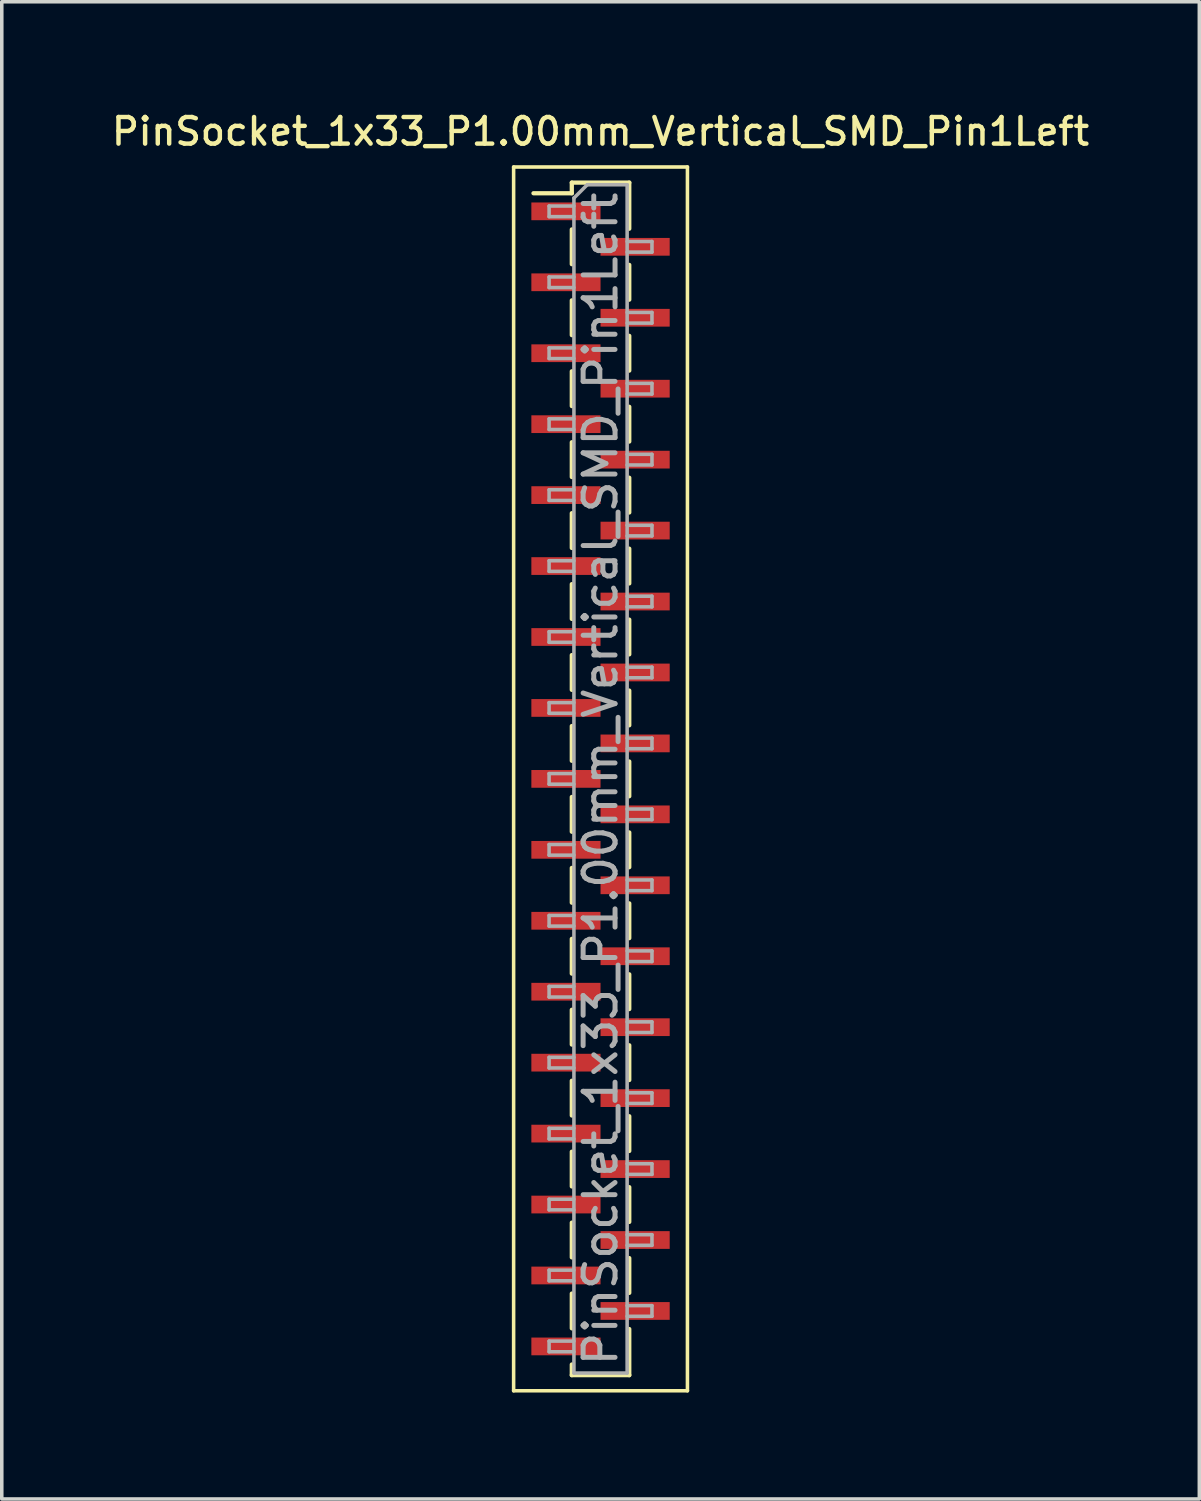
<source format=kicad_pcb>
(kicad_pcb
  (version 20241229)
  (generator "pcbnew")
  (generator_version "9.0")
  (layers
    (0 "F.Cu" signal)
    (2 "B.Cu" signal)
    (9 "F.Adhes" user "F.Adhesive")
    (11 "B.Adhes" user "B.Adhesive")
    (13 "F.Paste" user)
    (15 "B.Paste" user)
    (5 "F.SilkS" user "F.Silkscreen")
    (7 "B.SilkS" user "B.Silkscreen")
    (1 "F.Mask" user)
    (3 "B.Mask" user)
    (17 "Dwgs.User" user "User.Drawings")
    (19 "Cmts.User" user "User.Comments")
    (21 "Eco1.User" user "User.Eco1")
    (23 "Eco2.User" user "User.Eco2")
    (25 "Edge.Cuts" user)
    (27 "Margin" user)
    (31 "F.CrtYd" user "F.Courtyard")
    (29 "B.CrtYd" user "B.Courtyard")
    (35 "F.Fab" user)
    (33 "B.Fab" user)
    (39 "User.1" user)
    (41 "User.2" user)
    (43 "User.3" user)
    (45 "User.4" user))
  (footprint "PinSocket_1x33_P1.00mm_Vertical_SMD_Pin1Left"
    (layer "F.Cu")
    (at 13.88 18.908)
    (property "Reference" "PinSocket_1x33_P1.00mm_Vertical_SMD_Pin1Left" (at 0 -18.25 0) (layer "F.SilkS") (effects (font (size 0.75 0.75) (thickness 0.125))))
    (attr smd)
    (fp_line (start -2.45 -17.25) (end 2.45 -17.25) (stroke (width 0.1) (type solid)) (layer "F.SilkS"))
    (fp_line (start -2.45 17.25) (end -2.45 -17.25) (stroke (width 0.1) (type solid)) (layer "F.SilkS"))
    (fp_line (start -1.89 -16.51) (end -0.81 -16.51) (stroke (width 0.12) (type solid)) (layer "F.SilkS"))
    (fp_line (start -0.81 -16.81) (end -0.81 -16.51) (stroke (width 0.12) (type solid)) (layer "F.SilkS"))
    (fp_line (start -0.81 -16.81) (end 0.81 -16.81) (stroke (width 0.12) (type solid)) (layer "F.SilkS"))
    (fp_line (start -0.81 -15.49) (end -0.81 -14.51) (stroke (width 0.12) (type solid)) (layer "F.SilkS"))
    (fp_line (start -0.81 -13.49) (end -0.81 -12.51) (stroke (width 0.12) (type solid)) (layer "F.SilkS"))
    (fp_line (start -0.81 -11.49) (end -0.81 -10.51) (stroke (width 0.12) (type solid)) (layer "F.SilkS"))
    (fp_line (start -0.81 -9.49) (end -0.81 -8.51) (stroke (width 0.12) (type solid)) (layer "F.SilkS"))
    (fp_line (start -0.81 -7.49) (end -0.81 -6.51) (stroke (width 0.12) (type solid)) (layer "F.SilkS"))
    (fp_line (start -0.81 -5.49) (end -0.81 -4.51) (stroke (width 0.12) (type solid)) (layer "F.SilkS"))
    (fp_line (start -0.81 -3.49) (end -0.81 -2.51) (stroke (width 0.12) (type solid)) (layer "F.SilkS"))
    (fp_line (start -0.81 -1.49) (end -0.81 -0.51) (stroke (width 0.12) (type solid)) (layer "F.SilkS"))
    (fp_line (start -0.81 0.51) (end -0.81 1.49) (stroke (width 0.12) (type solid)) (layer "F.SilkS"))
    (fp_line (start -0.81 2.51) (end -0.81 3.49) (stroke (width 0.12) (type solid)) (layer "F.SilkS"))
    (fp_line (start -0.81 4.51) (end -0.81 5.49) (stroke (width 0.12) (type solid)) (layer "F.SilkS"))
    (fp_line (start -0.81 6.51) (end -0.81 7.49) (stroke (width 0.12) (type solid)) (layer "F.SilkS"))
    (fp_line (start -0.81 8.51) (end -0.81 9.49) (stroke (width 0.12) (type solid)) (layer "F.SilkS"))
    (fp_line (start -0.81 10.51) (end -0.81 11.49) (stroke (width 0.12) (type solid)) (layer "F.SilkS"))
    (fp_line (start -0.81 12.51) (end -0.81 13.49) (stroke (width 0.12) (type solid)) (layer "F.SilkS"))
    (fp_line (start -0.81 14.51) (end -0.81 15.49) (stroke (width 0.12) (type solid)) (layer "F.SilkS"))
    (fp_line (start -0.81 16.51) (end -0.81 16.81) (stroke (width 0.12) (type solid)) (layer "F.SilkS"))
    (fp_line (start -0.81 16.81) (end 0.81 16.81) (stroke (width 0.12) (type solid)) (layer "F.SilkS"))
    (fp_line (start 0.81 -16.81) (end 0.81 -15.51) (stroke (width 0.12) (type solid)) (layer "F.SilkS"))
    (fp_line (start 0.81 -14.49) (end 0.81 -13.51) (stroke (width 0.12) (type solid)) (layer "F.SilkS"))
    (fp_line (start 0.81 -12.49) (end 0.81 -11.51) (stroke (width 0.12) (type solid)) (layer "F.SilkS"))
    (fp_line (start 0.81 -10.49) (end 0.81 -9.51) (stroke (width 0.12) (type solid)) (layer "F.SilkS"))
    (fp_line (start 0.81 -8.49) (end 0.81 -7.51) (stroke (width 0.12) (type solid)) (layer "F.SilkS"))
    (fp_line (start 0.81 -6.49) (end 0.81 -5.51) (stroke (width 0.12) (type solid)) (layer "F.SilkS"))
    (fp_line (start 0.81 -4.49) (end 0.81 -3.51) (stroke (width 0.12) (type solid)) (layer "F.SilkS"))
    (fp_line (start 0.81 -2.49) (end 0.81 -1.51) (stroke (width 0.12) (type solid)) (layer "F.SilkS"))
    (fp_line (start 0.81 -0.49) (end 0.81 0.49) (stroke (width 0.12) (type solid)) (layer "F.SilkS"))
    (fp_line (start 0.81 1.51) (end 0.81 2.49) (stroke (width 0.12) (type solid)) (layer "F.SilkS"))
    (fp_line (start 0.81 3.51) (end 0.81 4.49) (stroke (width 0.12) (type solid)) (layer "F.SilkS"))
    (fp_line (start 0.81 5.51) (end 0.81 6.49) (stroke (width 0.12) (type solid)) (layer "F.SilkS"))
    (fp_line (start 0.81 7.51) (end 0.81 8.49) (stroke (width 0.12) (type solid)) (layer "F.SilkS"))
    (fp_line (start 0.81 9.51) (end 0.81 10.49) (stroke (width 0.12) (type solid)) (layer "F.SilkS"))
    (fp_line (start 0.81 11.51) (end 0.81 12.49) (stroke (width 0.12) (type solid)) (layer "F.SilkS"))
    (fp_line (start 0.81 13.51) (end 0.81 14.49) (stroke (width 0.12) (type solid)) (layer "F.SilkS"))
    (fp_line (start 0.81 15.51) (end 0.81 16.81) (stroke (width 0.12) (type solid)) (layer "F.SilkS"))
    (fp_line (start 2.45 -17.25) (end 2.45 17.25) (stroke (width 0.1) (type solid)) (layer "F.SilkS"))
    (fp_line (start 2.45 17.25) (end -2.45 17.25) (stroke (width 0.1) (type solid)) (layer "F.SilkS"))
    (fp_line (start -1.45 -16.15) (end -0.75 -16.15) (stroke (width 0.1) (type solid)) (layer "F.Fab"))
    (fp_line (start -1.45 -15.85) (end -1.45 -16.15) (stroke (width 0.1) (type solid)) (layer "F.Fab"))
    (fp_line (start -1.45 -14.15) (end -0.75 -14.15) (stroke (width 0.1) (type solid)) (layer "F.Fab"))
    (fp_line (start -1.45 -13.85) (end -1.45 -14.15) (stroke (width 0.1) (type solid)) (layer "F.Fab"))
    (fp_line (start -1.45 -12.15) (end -0.75 -12.15) (stroke (width 0.1) (type solid)) (layer "F.Fab"))
    (fp_line (start -1.45 -11.85) (end -1.45 -12.15) (stroke (width 0.1) (type solid)) (layer "F.Fab"))
    (fp_line (start -1.45 -10.15) (end -0.75 -10.15) (stroke (width 0.1) (type solid)) (layer "F.Fab"))
    (fp_line (start -1.45 -9.85) (end -1.45 -10.15) (stroke (width 0.1) (type solid)) (layer "F.Fab"))
    (fp_line (start -1.45 -8.15) (end -0.75 -8.15) (stroke (width 0.1) (type solid)) (layer "F.Fab"))
    (fp_line (start -1.45 -7.85) (end -1.45 -8.15) (stroke (width 0.1) (type solid)) (layer "F.Fab"))
    (fp_line (start -1.45 -6.15) (end -0.75 -6.15) (stroke (width 0.1) (type solid)) (layer "F.Fab"))
    (fp_line (start -1.45 -5.85) (end -1.45 -6.15) (stroke (width 0.1) (type solid)) (layer "F.Fab"))
    (fp_line (start -1.45 -4.15) (end -0.75 -4.15) (stroke (width 0.1) (type solid)) (layer "F.Fab"))
    (fp_line (start -1.45 -3.85) (end -1.45 -4.15) (stroke (width 0.1) (type solid)) (layer "F.Fab"))
    (fp_line (start -1.45 -2.15) (end -0.75 -2.15) (stroke (width 0.1) (type solid)) (layer "F.Fab"))
    (fp_line (start -1.45 -1.85) (end -1.45 -2.15) (stroke (width 0.1) (type solid)) (layer "F.Fab"))
    (fp_line (start -1.45 -0.15) (end -0.75 -0.15) (stroke (width 0.1) (type solid)) (layer "F.Fab"))
    (fp_line (start -1.45 0.15) (end -1.45 -0.15) (stroke (width 0.1) (type solid)) (layer "F.Fab"))
    (fp_line (start -1.45 1.85) (end -0.75 1.85) (stroke (width 0.1) (type solid)) (layer "F.Fab"))
    (fp_line (start -1.45 2.15) (end -1.45 1.85) (stroke (width 0.1) (type solid)) (layer "F.Fab"))
    (fp_line (start -1.45 3.85) (end -0.75 3.85) (stroke (width 0.1) (type solid)) (layer "F.Fab"))
    (fp_line (start -1.45 4.15) (end -1.45 3.85) (stroke (width 0.1) (type solid)) (layer "F.Fab"))
    (fp_line (start -1.45 5.85) (end -0.75 5.85) (stroke (width 0.1) (type solid)) (layer "F.Fab"))
    (fp_line (start -1.45 6.15) (end -1.45 5.85) (stroke (width 0.1) (type solid)) (layer "F.Fab"))
    (fp_line (start -1.45 7.85) (end -0.75 7.85) (stroke (width 0.1) (type solid)) (layer "F.Fab"))
    (fp_line (start -1.45 8.15) (end -1.45 7.85) (stroke (width 0.1) (type solid)) (layer "F.Fab"))
    (fp_line (start -1.45 9.85) (end -0.75 9.85) (stroke (width 0.1) (type solid)) (layer "F.Fab"))
    (fp_line (start -1.45 10.15) (end -1.45 9.85) (stroke (width 0.1) (type solid)) (layer "F.Fab"))
    (fp_line (start -1.45 11.85) (end -0.75 11.85) (stroke (width 0.1) (type solid)) (layer "F.Fab"))
    (fp_line (start -1.45 12.15) (end -1.45 11.85) (stroke (width 0.1) (type solid)) (layer "F.Fab"))
    (fp_line (start -1.45 13.85) (end -0.75 13.85) (stroke (width 0.1) (type solid)) (layer "F.Fab"))
    (fp_line (start -1.45 14.15) (end -1.45 13.85) (stroke (width 0.1) (type solid)) (layer "F.Fab"))
    (fp_line (start -1.45 15.85) (end -0.75 15.85) (stroke (width 0.1) (type solid)) (layer "F.Fab"))
    (fp_line (start -1.45 16.15) (end -1.45 15.85) (stroke (width 0.1) (type solid)) (layer "F.Fab"))
    (fp_line (start -0.75 -16.375) (end -0.375 -16.75) (stroke (width 0.1) (type solid)) (layer "F.Fab"))
    (fp_line (start -0.75 -15.85) (end -1.45 -15.85) (stroke (width 0.1) (type solid)) (layer "F.Fab"))
    (fp_line (start -0.75 -13.85) (end -1.45 -13.85) (stroke (width 0.1) (type solid)) (layer "F.Fab"))
    (fp_line (start -0.75 -11.85) (end -1.45 -11.85) (stroke (width 0.1) (type solid)) (layer "F.Fab"))
    (fp_line (start -0.75 -9.85) (end -1.45 -9.85) (stroke (width 0.1) (type solid)) (layer "F.Fab"))
    (fp_line (start -0.75 -7.85) (end -1.45 -7.85) (stroke (width 0.1) (type solid)) (layer "F.Fab"))
    (fp_line (start -0.75 -5.85) (end -1.45 -5.85) (stroke (width 0.1) (type solid)) (layer "F.Fab"))
    (fp_line (start -0.75 -3.85) (end -1.45 -3.85) (stroke (width 0.1) (type solid)) (layer "F.Fab"))
    (fp_line (start -0.75 -1.85) (end -1.45 -1.85) (stroke (width 0.1) (type solid)) (layer "F.Fab"))
    (fp_line (start -0.75 0.15) (end -1.45 0.15) (stroke (width 0.1) (type solid)) (layer "F.Fab"))
    (fp_line (start -0.75 2.15) (end -1.45 2.15) (stroke (width 0.1) (type solid)) (layer "F.Fab"))
    (fp_line (start -0.75 4.15) (end -1.45 4.15) (stroke (width 0.1) (type solid)) (layer "F.Fab"))
    (fp_line (start -0.75 6.15) (end -1.45 6.15) (stroke (width 0.1) (type solid)) (layer "F.Fab"))
    (fp_line (start -0.75 8.15) (end -1.45 8.15) (stroke (width 0.1) (type solid)) (layer "F.Fab"))
    (fp_line (start -0.75 10.15) (end -1.45 10.15) (stroke (width 0.1) (type solid)) (layer "F.Fab"))
    (fp_line (start -0.75 12.15) (end -1.45 12.15) (stroke (width 0.1) (type solid)) (layer "F.Fab"))
    (fp_line (start -0.75 14.15) (end -1.45 14.15) (stroke (width 0.1) (type solid)) (layer "F.Fab"))
    (fp_line (start -0.75 16.15) (end -1.45 16.15) (stroke (width 0.1) (type solid)) (layer "F.Fab"))
    (fp_line (start -0.75 16.75) (end -0.75 -16.375) (stroke (width 0.1) (type solid)) (layer "F.Fab"))
    (fp_line (start -0.375 -16.75) (end 0.75 -16.75) (stroke (width 0.1) (type solid)) (layer "F.Fab"))
    (fp_line (start 0.75 -16.75) (end 0.75 16.75) (stroke (width 0.1) (type solid)) (layer "F.Fab"))
    (fp_line (start 0.75 -15.15) (end 1.45 -15.15) (stroke (width 0.1) (type solid)) (layer "F.Fab"))
    (fp_line (start 0.75 -13.15) (end 1.45 -13.15) (stroke (width 0.1) (type solid)) (layer "F.Fab"))
    (fp_line (start 0.75 -11.15) (end 1.45 -11.15) (stroke (width 0.1) (type solid)) (layer "F.Fab"))
    (fp_line (start 0.75 -9.15) (end 1.45 -9.15) (stroke (width 0.1) (type solid)) (layer "F.Fab"))
    (fp_line (start 0.75 -7.15) (end 1.45 -7.15) (stroke (width 0.1) (type solid)) (layer "F.Fab"))
    (fp_line (start 0.75 -5.15) (end 1.45 -5.15) (stroke (width 0.1) (type solid)) (layer "F.Fab"))
    (fp_line (start 0.75 -3.15) (end 1.45 -3.15) (stroke (width 0.1) (type solid)) (layer "F.Fab"))
    (fp_line (start 0.75 -1.15) (end 1.45 -1.15) (stroke (width 0.1) (type solid)) (layer "F.Fab"))
    (fp_line (start 0.75 0.85) (end 1.45 0.85) (stroke (width 0.1) (type solid)) (layer "F.Fab"))
    (fp_line (start 0.75 2.85) (end 1.45 2.85) (stroke (width 0.1) (type solid)) (layer "F.Fab"))
    (fp_line (start 0.75 4.85) (end 1.45 4.85) (stroke (width 0.1) (type solid)) (layer "F.Fab"))
    (fp_line (start 0.75 6.85) (end 1.45 6.85) (stroke (width 0.1) (type solid)) (layer "F.Fab"))
    (fp_line (start 0.75 8.85) (end 1.45 8.85) (stroke (width 0.1) (type solid)) (layer "F.Fab"))
    (fp_line (start 0.75 10.85) (end 1.45 10.85) (stroke (width 0.1) (type solid)) (layer "F.Fab"))
    (fp_line (start 0.75 12.85) (end 1.45 12.85) (stroke (width 0.1) (type solid)) (layer "F.Fab"))
    (fp_line (start 0.75 14.85) (end 1.45 14.85) (stroke (width 0.1) (type solid)) (layer "F.Fab"))
    (fp_line (start 0.75 16.75) (end -0.75 16.75) (stroke (width 0.1) (type solid)) (layer "F.Fab"))
    (fp_line (start 1.45 -15.15) (end 1.45 -14.85) (stroke (width 0.1) (type solid)) (layer "F.Fab"))
    (fp_line (start 1.45 -14.85) (end 0.75 -14.85) (stroke (width 0.1) (type solid)) (layer "F.Fab"))
    (fp_line (start 1.45 -13.15) (end 1.45 -12.85) (stroke (width 0.1) (type solid)) (layer "F.Fab"))
    (fp_line (start 1.45 -12.85) (end 0.75 -12.85) (stroke (width 0.1) (type solid)) (layer "F.Fab"))
    (fp_line (start 1.45 -11.15) (end 1.45 -10.85) (stroke (width 0.1) (type solid)) (layer "F.Fab"))
    (fp_line (start 1.45 -10.85) (end 0.75 -10.85) (stroke (width 0.1) (type solid)) (layer "F.Fab"))
    (fp_line (start 1.45 -9.15) (end 1.45 -8.85) (stroke (width 0.1) (type solid)) (layer "F.Fab"))
    (fp_line (start 1.45 -8.85) (end 0.75 -8.85) (stroke (width 0.1) (type solid)) (layer "F.Fab"))
    (fp_line (start 1.45 -7.15) (end 1.45 -6.85) (stroke (width 0.1) (type solid)) (layer "F.Fab"))
    (fp_line (start 1.45 -6.85) (end 0.75 -6.85) (stroke (width 0.1) (type solid)) (layer "F.Fab"))
    (fp_line (start 1.45 -5.15) (end 1.45 -4.85) (stroke (width 0.1) (type solid)) (layer "F.Fab"))
    (fp_line (start 1.45 -4.85) (end 0.75 -4.85) (stroke (width 0.1) (type solid)) (layer "F.Fab"))
    (fp_line (start 1.45 -3.15) (end 1.45 -2.85) (stroke (width 0.1) (type solid)) (layer "F.Fab"))
    (fp_line (start 1.45 -2.85) (end 0.75 -2.85) (stroke (width 0.1) (type solid)) (layer "F.Fab"))
    (fp_line (start 1.45 -1.15) (end 1.45 -0.85) (stroke (width 0.1) (type solid)) (layer "F.Fab"))
    (fp_line (start 1.45 -0.85) (end 0.75 -0.85) (stroke (width 0.1) (type solid)) (layer "F.Fab"))
    (fp_line (start 1.45 0.85) (end 1.45 1.15) (stroke (width 0.1) (type solid)) (layer "F.Fab"))
    (fp_line (start 1.45 1.15) (end 0.75 1.15) (stroke (width 0.1) (type solid)) (layer "F.Fab"))
    (fp_line (start 1.45 2.85) (end 1.45 3.15) (stroke (width 0.1) (type solid)) (layer "F.Fab"))
    (fp_line (start 1.45 3.15) (end 0.75 3.15) (stroke (width 0.1) (type solid)) (layer "F.Fab"))
    (fp_line (start 1.45 4.85) (end 1.45 5.15) (stroke (width 0.1) (type solid)) (layer "F.Fab"))
    (fp_line (start 1.45 5.15) (end 0.75 5.15) (stroke (width 0.1) (type solid)) (layer "F.Fab"))
    (fp_line (start 1.45 6.85) (end 1.45 7.15) (stroke (width 0.1) (type solid)) (layer "F.Fab"))
    (fp_line (start 1.45 7.15) (end 0.75 7.15) (stroke (width 0.1) (type solid)) (layer "F.Fab"))
    (fp_line (start 1.45 8.85) (end 1.45 9.15) (stroke (width 0.1) (type solid)) (layer "F.Fab"))
    (fp_line (start 1.45 9.15) (end 0.75 9.15) (stroke (width 0.1) (type solid)) (layer "F.Fab"))
    (fp_line (start 1.45 10.85) (end 1.45 11.15) (stroke (width 0.1) (type solid)) (layer "F.Fab"))
    (fp_line (start 1.45 11.15) (end 0.75 11.15) (stroke (width 0.1) (type solid)) (layer "F.Fab"))
    (fp_line (start 1.45 12.85) (end 1.45 13.15) (stroke (width 0.1) (type solid)) (layer "F.Fab"))
    (fp_line (start 1.45 13.15) (end 0.75 13.15) (stroke (width 0.1) (type solid)) (layer "F.Fab"))
    (fp_line (start 1.45 14.85) (end 1.45 15.15) (stroke (width 0.1) (type solid)) (layer "F.Fab"))
    (fp_line (start 1.45 15.15) (end 0.75 15.15) (stroke (width 0.1) (type solid)) (layer "F.Fab"))
    (fp_text user "${REFERENCE}" (at 0 0 90) (layer "F.Fab") (effects (font (size 0.9 0.9) (thickness 0.14))))
    (pad "1" smd rect (at -0.975 -16) (size 1.95 0.5) (layers "F.Cu" "F.Mask" "F.Paste"))
    (pad "2" smd rect (at 0.975 -15) (size 1.95 0.5) (layers "F.Cu" "F.Mask" "F.Paste"))
    (pad "3" smd rect (at -0.975 -14) (size 1.95 0.5) (layers "F.Cu" "F.Mask" "F.Paste"))
    (pad "4" smd rect (at 0.975 -13) (size 1.95 0.5) (layers "F.Cu" "F.Mask" "F.Paste"))
    (pad "5" smd rect (at -0.975 -12) (size 1.95 0.5) (layers "F.Cu" "F.Mask" "F.Paste"))
    (pad "6" smd rect (at 0.975 -11) (size 1.95 0.5) (layers "F.Cu" "F.Mask" "F.Paste"))
    (pad "7" smd rect (at -0.975 -10) (size 1.95 0.5) (layers "F.Cu" "F.Mask" "F.Paste"))
    (pad "8" smd rect (at 0.975 -9) (size 1.95 0.5) (layers "F.Cu" "F.Mask" "F.Paste"))
    (pad "9" smd rect (at -0.975 -8) (size 1.95 0.5) (layers "F.Cu" "F.Mask" "F.Paste"))
    (pad "10" smd rect (at 0.975 -7) (size 1.95 0.5) (layers "F.Cu" "F.Mask" "F.Paste"))
    (pad "11" smd rect (at -0.975 -6) (size 1.95 0.5) (layers "F.Cu" "F.Mask" "F.Paste"))
    (pad "12" smd rect (at 0.975 -5) (size 1.95 0.5) (layers "F.Cu" "F.Mask" "F.Paste"))
    (pad "13" smd rect (at -0.975 -4) (size 1.95 0.5) (layers "F.Cu" "F.Mask" "F.Paste"))
    (pad "14" smd rect (at 0.975 -3) (size 1.95 0.5) (layers "F.Cu" "F.Mask" "F.Paste"))
    (pad "15" smd rect (at -0.975 -2) (size 1.95 0.5) (layers "F.Cu" "F.Mask" "F.Paste"))
    (pad "16" smd rect (at 0.975 -1) (size 1.95 0.5) (layers "F.Cu" "F.Mask" "F.Paste"))
    (pad "17" smd rect (at -0.975 0) (size 1.95 0.5) (layers "F.Cu" "F.Mask" "F.Paste"))
    (pad "18" smd rect (at 0.975 1) (size 1.95 0.5) (layers "F.Cu" "F.Mask" "F.Paste"))
    (pad "19" smd rect (at -0.975 2) (size 1.95 0.5) (layers "F.Cu" "F.Mask" "F.Paste"))
    (pad "20" smd rect (at 0.975 3) (size 1.95 0.5) (layers "F.Cu" "F.Mask" "F.Paste"))
    (pad "21" smd rect (at -0.975 4) (size 1.95 0.5) (layers "F.Cu" "F.Mask" "F.Paste"))
    (pad "22" smd rect (at 0.975 5) (size 1.95 0.5) (layers "F.Cu" "F.Mask" "F.Paste"))
    (pad "23" smd rect (at -0.975 6) (size 1.95 0.5) (layers "F.Cu" "F.Mask" "F.Paste"))
    (pad "24" smd rect (at 0.975 7) (size 1.95 0.5) (layers "F.Cu" "F.Mask" "F.Paste"))
    (pad "25" smd rect (at -0.975 8) (size 1.95 0.5) (layers "F.Cu" "F.Mask" "F.Paste"))
    (pad "26" smd rect (at 0.975 9) (size 1.95 0.5) (layers "F.Cu" "F.Mask" "F.Paste"))
    (pad "27" smd rect (at -0.975 10) (size 1.95 0.5) (layers "F.Cu" "F.Mask" "F.Paste"))
    (pad "28" smd rect (at 0.975 11) (size 1.95 0.5) (layers "F.Cu" "F.Mask" "F.Paste"))
    (pad "29" smd rect (at -0.975 12) (size 1.95 0.5) (layers "F.Cu" "F.Mask" "F.Paste"))
    (pad "30" smd rect (at 0.975 13) (size 1.95 0.5) (layers "F.Cu" "F.Mask" "F.Paste"))
    (pad "31" smd rect (at -0.975 14) (size 1.95 0.5) (layers "F.Cu" "F.Mask" "F.Paste"))
    (pad "32" smd rect (at 0.975 15) (size 1.95 0.5) (layers "F.Cu" "F.Mask" "F.Paste"))
    (pad "33" smd rect (at -0.975 16) (size 1.95 0.5) (layers "F.Cu" "F.Mask" "F.Paste")))
  (gr_rect
    (start -3 -3)
    (end 30.761 39.208)
    (stroke (width 0.1) (type default))
    (fill no)
    (layer "Edge.Cuts")))
</source>
